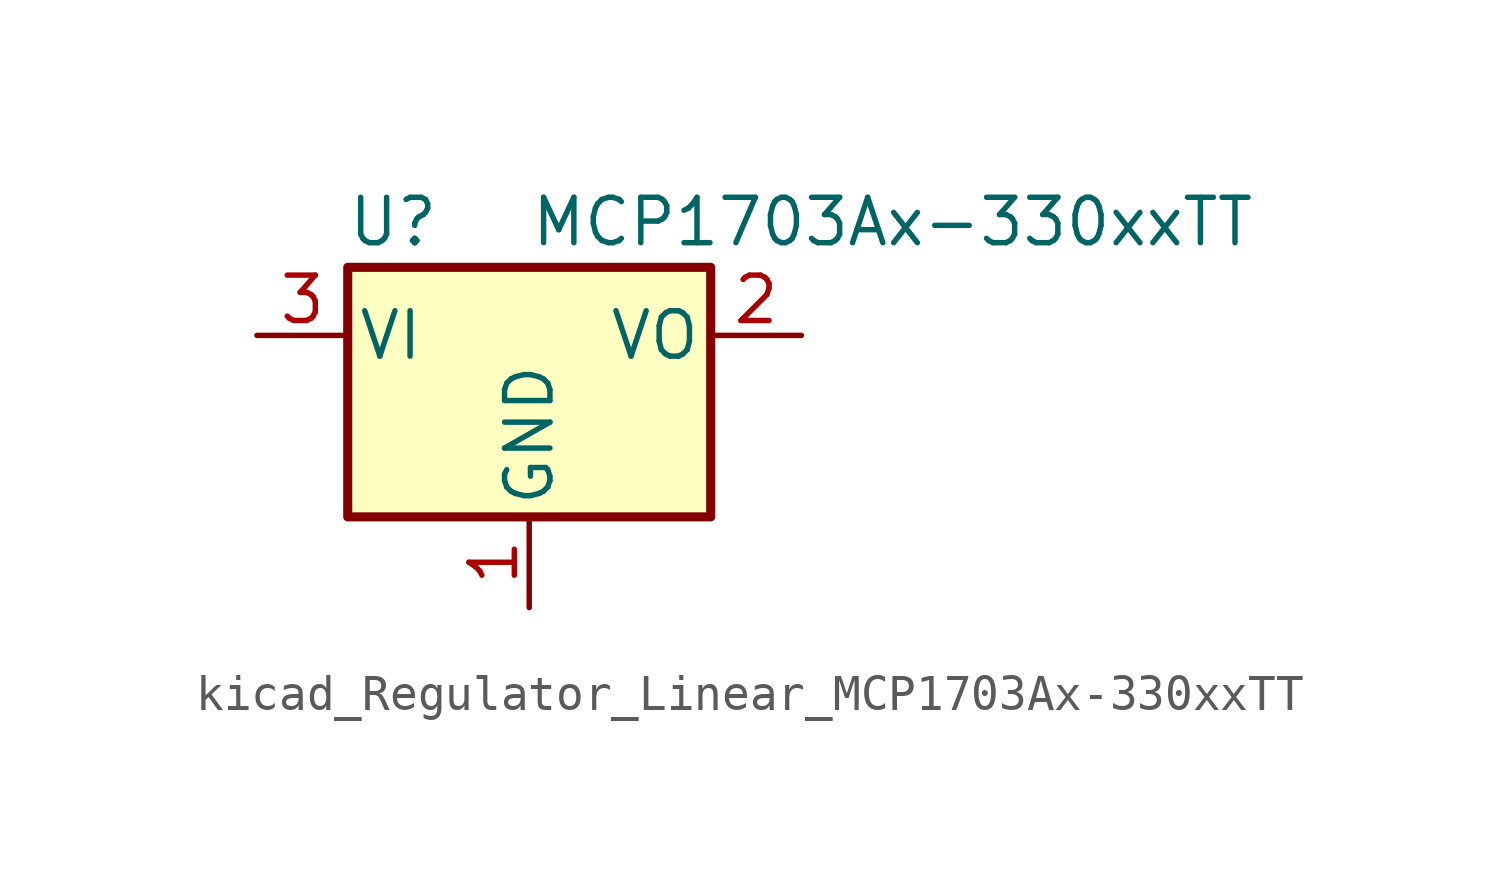
<source format=kicad_sym>
(kicad_symbol_lib
  (version 20220914)
  (generator kicad_symbol_editor)
  (symbol "kicad_Regulator_Linear_MCP1703Ax-330xxTT"
    (pin_names
      (offset 0.254))
    (property "Reference" "U"
      (at -3.81 3.175 0)
      (effects (font (size 1.27 1.27))))
    (property "Value" "MCP1703Ax-330xxTT"
      (at 0 3.175 0)
      (effects (font (size 1.27 1.27)) (justify left)))
    (symbol "kicad_Regulator_Linear_MCP1703Ax-330xxTT_0_1"
      (rectangle (start -5.08 -5.08) (end 5.08 1.905) (stroke (width 0.254) (type default)) (fill (type background))))
    (symbol "kicad_Regulator_Linear_MCP1703Ax-330xxTT_1_1"
      (pin power_in line (at 0 -7.62 90) (length 2.54) (name "GND" (effects (font (size 1.27 1.27)))) (number "1" (effects (font (size 1.27 1.27)))))
      (pin power_out line (at 7.62 0 180) (length 2.54) (name "VO" (effects (font (size 1.27 1.27)))) (number "2" (effects (font (size 1.27 1.27)))))
      (pin power_in line (at -7.62 0 0) (length 2.54) (name "VI" (effects (font (size 1.27 1.27)))) (number "3" (effects (font (size 1.27 1.27))))))))
</source>
